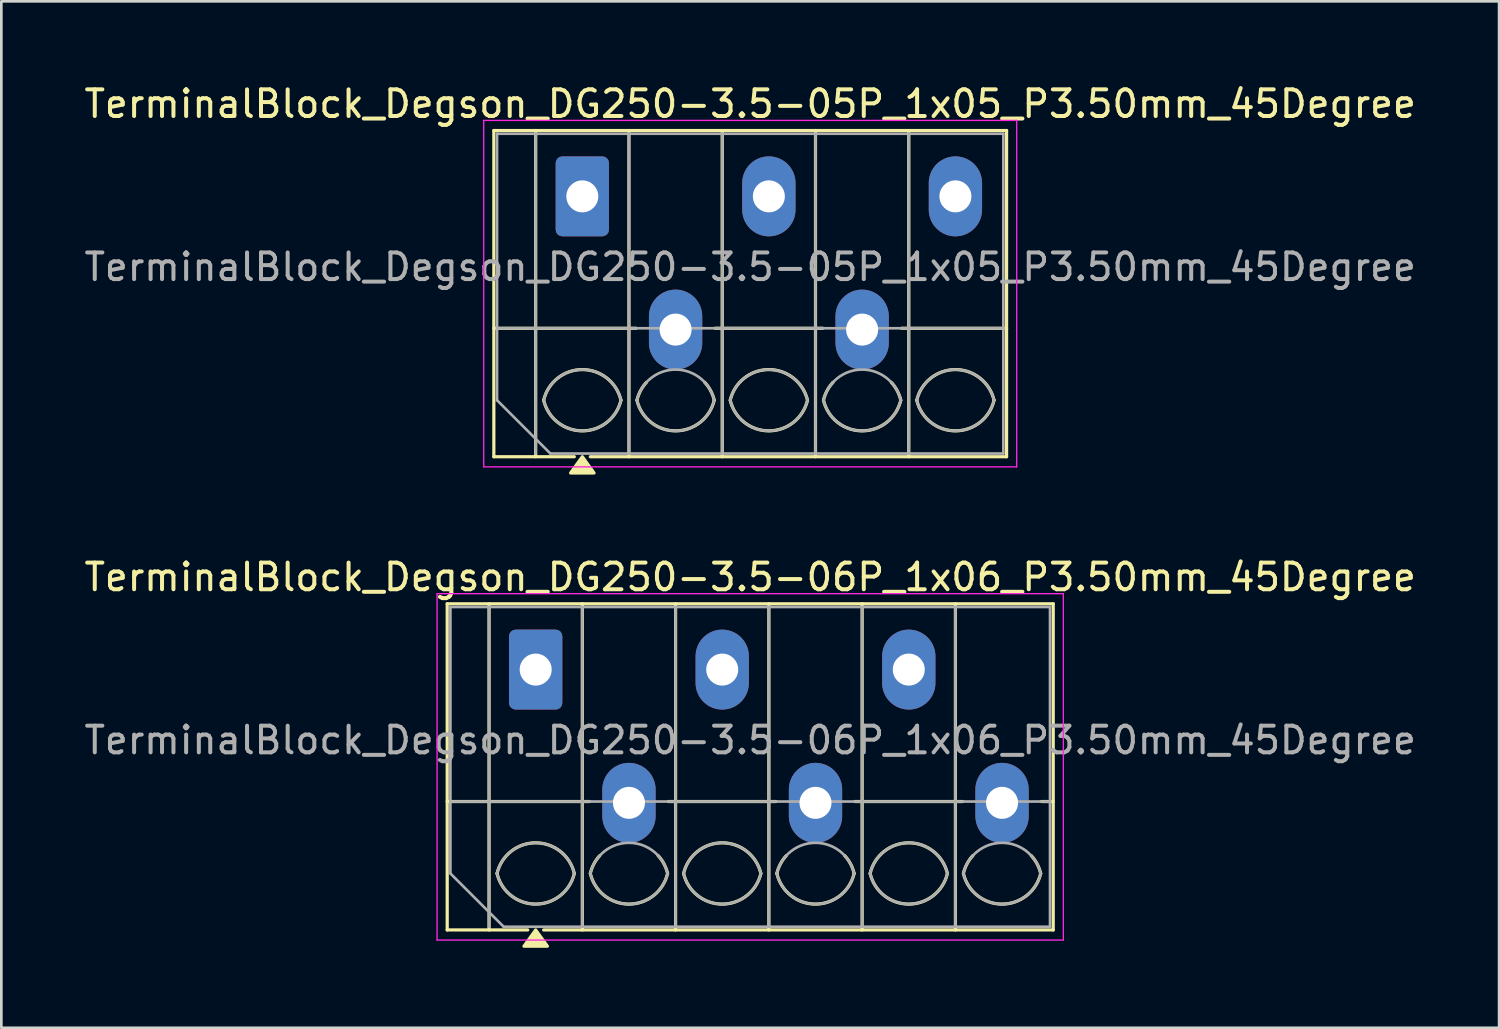
<source format=kicad_pcb>
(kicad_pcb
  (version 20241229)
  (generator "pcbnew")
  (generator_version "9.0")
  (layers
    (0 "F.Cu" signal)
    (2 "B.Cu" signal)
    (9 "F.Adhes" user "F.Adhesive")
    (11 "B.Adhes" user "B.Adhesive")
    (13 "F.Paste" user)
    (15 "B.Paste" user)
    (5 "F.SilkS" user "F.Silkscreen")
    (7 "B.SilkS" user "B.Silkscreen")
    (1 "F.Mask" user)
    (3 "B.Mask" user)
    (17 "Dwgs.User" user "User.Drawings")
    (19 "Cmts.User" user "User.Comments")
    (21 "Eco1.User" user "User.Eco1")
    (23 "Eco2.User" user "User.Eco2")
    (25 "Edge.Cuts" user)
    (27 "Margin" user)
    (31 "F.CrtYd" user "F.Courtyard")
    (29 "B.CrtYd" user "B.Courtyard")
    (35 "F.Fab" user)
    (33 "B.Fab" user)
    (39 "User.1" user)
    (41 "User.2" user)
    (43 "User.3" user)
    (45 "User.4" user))
  (footprint "TerminalBlock_Degson_DG250-3.5-06P_1x06_P3.50mm_45Degree"
    (layer "F.Cu")
    (at 17.051 22.076)
    (property "Reference" "TerminalBlock_Degson_DG250-3.5-06P_1x06_P3.50mm_45Degree" (at 8.05 -3.47 0) (layer "F.SilkS") (effects (font (size 1 1) (thickness 0.15))))
    (attr through_hole)
    (fp_line (start -3.32 -2.47) (end 19.42 -2.47) (stroke (width 0.12) (type solid)) (layer "F.SilkS"))
    (fp_line (start -3.32 4.95) (end 2.02 4.95) (stroke (width 0.12) (type solid)) (layer "F.SilkS"))
    (fp_line (start -3.32 9.77) (end -3.32 -2.47) (stroke (width 0.12) (type solid)) (layer "F.SilkS"))
    (fp_line (start -1.75 -2.47) (end -1.75 9.77) (stroke (width 0.12) (type solid)) (layer "F.SilkS"))
    (fp_line (start -0.3 9.77) (end -3.32 9.77) (stroke (width 0.12) (type solid)) (layer "F.SilkS"))
    (fp_line (start 1.75 -2.47) (end 1.75 9.77) (stroke (width 0.12) (type solid)) (layer "F.SilkS"))
    (fp_line (start 4.98 4.95) (end 9.02 4.95) (stroke (width 0.12) (type solid)) (layer "F.SilkS"))
    (fp_line (start 5.25 -2.47) (end 5.25 9.77) (stroke (width 0.12) (type solid)) (layer "F.SilkS"))
    (fp_line (start 8.75 -2.47) (end 8.75 9.77) (stroke (width 0.12) (type solid)) (layer "F.SilkS"))
    (fp_line (start 11.98 4.95) (end 16.02 4.95) (stroke (width 0.12) (type solid)) (layer "F.SilkS"))
    (fp_line (start 12.25 -2.47) (end 12.25 9.77) (stroke (width 0.12) (type solid)) (layer "F.SilkS"))
    (fp_line (start 15.75 -2.47) (end 15.75 9.77) (stroke (width 0.12) (type solid)) (layer "F.SilkS"))
    (fp_line (start 18.98 4.95) (end 19.42 4.95) (stroke (width 0.12) (type solid)) (layer "F.SilkS"))
    (fp_line (start 19.42 -2.47) (end 19.42 9.77) (stroke (width 0.12) (type solid)) (layer "F.SilkS"))
    (fp_line (start 19.42 9.77) (end 0.3 9.77) (stroke (width 0.12) (type solid)) (layer "F.SilkS"))
    (fp_arc (start -1.45 7.65) (mid 0 6.5) (end 1.45 7.65) (stroke (width 0.12) (type solid)) (layer "F.SilkS"))
    (fp_arc (start 1.45 7.65) (mid 0 8.8) (end -1.45 7.65) (stroke (width 0.12) (type solid)) (layer "F.SilkS"))
    (fp_arc (start 2.05 7.65) (mid 2.18402 7.291962) (end 2.405 6.98) (stroke (width 0.12) (type solid)) (layer "F.SilkS"))
    (fp_arc (start 4.595 6.98) (mid 4.81598 7.291962) (end 4.95 7.65) (stroke (width 0.12) (type solid)) (layer "F.SilkS"))
    (fp_arc (start 4.95 7.65) (mid 3.5 8.8) (end 2.05 7.65) (stroke (width 0.12) (type solid)) (layer "F.SilkS"))
    (fp_arc (start 5.55 7.65) (mid 7 6.5) (end 8.45 7.65) (stroke (width 0.12) (type solid)) (layer "F.SilkS"))
    (fp_arc (start 8.45 7.65) (mid 7 8.8) (end 5.55 7.65) (stroke (width 0.12) (type solid)) (layer "F.SilkS"))
    (fp_arc (start 9.05 7.65) (mid 9.18402 7.291962) (end 9.405 6.98) (stroke (width 0.12) (type solid)) (layer "F.SilkS"))
    (fp_arc (start 11.595 6.98) (mid 11.81598 7.291962) (end 11.95 7.65) (stroke (width 0.12) (type solid)) (layer "F.SilkS"))
    (fp_arc (start 11.95 7.65) (mid 10.5 8.8) (end 9.05 7.65) (stroke (width 0.12) (type solid)) (layer "F.SilkS"))
    (fp_arc (start 12.55 7.65) (mid 14 6.5) (end 15.45 7.65) (stroke (width 0.12) (type solid)) (layer "F.SilkS"))
    (fp_arc (start 15.45 7.65) (mid 14 8.8) (end 12.55 7.65) (stroke (width 0.12) (type solid)) (layer "F.SilkS"))
    (fp_arc (start 16.05 7.65) (mid 16.18402 7.291962) (end 16.405 6.98) (stroke (width 0.12) (type solid)) (layer "F.SilkS"))
    (fp_arc (start 18.595 6.98) (mid 18.81598 7.291962) (end 18.95 7.65) (stroke (width 0.12) (type solid)) (layer "F.SilkS"))
    (fp_arc (start 18.95 7.65) (mid 17.5 8.8) (end 16.05 7.65) (stroke (width 0.12) (type solid)) (layer "F.SilkS"))
    (fp_poly (pts (xy 0 9.77) (xy 0.44 10.38) (xy -0.44 10.38)) (stroke (width 0.12) (type solid)) (fill yes) (layer "F.SilkS"))
    (fp_line (start -3.7 -2.85) (end -3.7 10.15) (stroke (width 0.05) (type solid)) (layer "F.CrtYd"))
    (fp_line (start -3.7 10.15) (end 19.8 10.15) (stroke (width 0.05) (type solid)) (layer "F.CrtYd"))
    (fp_line (start 19.8 -2.85) (end -3.7 -2.85) (stroke (width 0.05) (type solid)) (layer "F.CrtYd"))
    (fp_line (start 19.8 10.15) (end 19.8 -2.85) (stroke (width 0.05) (type solid)) (layer "F.CrtYd"))
    (fp_line (start -3.2 -2.35) (end 19.3 -2.35) (stroke (width 0.1) (type solid)) (layer "F.Fab"))
    (fp_line (start -3.2 4.95) (end 19.3 4.95) (stroke (width 0.1) (type solid)) (layer "F.Fab"))
    (fp_line (start -3.2 7.65) (end -3.2 -2.35) (stroke (width 0.1) (type solid)) (layer "F.Fab"))
    (fp_line (start -1.75 -2.35) (end -1.75 9.65) (stroke (width 0.1) (type solid)) (layer "F.Fab"))
    (fp_line (start -1.2 9.65) (end -3.2 7.65) (stroke (width 0.1) (type solid)) (layer "F.Fab"))
    (fp_line (start 1.75 -2.35) (end 1.75 9.65) (stroke (width 0.1) (type solid)) (layer "F.Fab"))
    (fp_line (start 5.25 -2.35) (end 5.25 9.65) (stroke (width 0.1) (type solid)) (layer "F.Fab"))
    (fp_line (start 8.75 -2.35) (end 8.75 9.65) (stroke (width 0.1) (type solid)) (layer "F.Fab"))
    (fp_line (start 12.25 -2.35) (end 12.25 9.65) (stroke (width 0.1) (type solid)) (layer "F.Fab"))
    (fp_line (start 15.75 -2.35) (end 15.75 9.65) (stroke (width 0.1) (type solid)) (layer "F.Fab"))
    (fp_line (start 19.3 -2.35) (end 19.3 9.65) (stroke (width 0.1) (type solid)) (layer "F.Fab"))
    (fp_line (start 19.3 9.65) (end -1.2 9.65) (stroke (width 0.1) (type solid)) (layer "F.Fab"))
    (fp_arc (start -1.45 7.65) (mid 0 6.5) (end 1.45 7.65) (stroke (width 0.1) (type solid)) (layer "F.Fab"))
    (fp_arc (start 1.45 7.65) (mid 0 8.8) (end -1.45 7.65) (stroke (width 0.1) (type solid)) (layer "F.Fab"))
    (fp_arc (start 2.05 7.65) (mid 3.5 6.5) (end 4.95 7.65) (stroke (width 0.1) (type solid)) (layer "F.Fab"))
    (fp_arc (start 4.95 7.65) (mid 3.5 8.8) (end 2.05 7.65) (stroke (width 0.1) (type solid)) (layer "F.Fab"))
    (fp_arc (start 5.55 7.65) (mid 7 6.5) (end 8.45 7.65) (stroke (width 0.1) (type solid)) (layer "F.Fab"))
    (fp_arc (start 8.45 7.65) (mid 7 8.8) (end 5.55 7.65) (stroke (width 0.1) (type solid)) (layer "F.Fab"))
    (fp_arc (start 9.05 7.65) (mid 10.5 6.5) (end 11.95 7.65) (stroke (width 0.1) (type solid)) (layer "F.Fab"))
    (fp_arc (start 11.95 7.65) (mid 10.5 8.8) (end 9.05 7.65) (stroke (width 0.1) (type solid)) (layer "F.Fab"))
    (fp_arc (start 12.55 7.65) (mid 14 6.5) (end 15.45 7.65) (stroke (width 0.1) (type solid)) (layer "F.Fab"))
    (fp_arc (start 15.45 7.65) (mid 14 8.8) (end 12.55 7.65) (stroke (width 0.1) (type solid)) (layer "F.Fab"))
    (fp_arc (start 16.05 7.65) (mid 17.5 6.5) (end 18.95 7.65) (stroke (width 0.1) (type solid)) (layer "F.Fab"))
    (fp_arc (start 18.95 7.65) (mid 17.5 8.8) (end 16.05 7.65) (stroke (width 0.1) (type solid)) (layer "F.Fab"))
    (fp_text user "${REFERENCE}" (at 8.05 2.65 0) (layer "F.Fab") (effects (font (size 1 1) (thickness 0.15))))
    (pad "1" thru_hole roundrect (at 0 0) (size 2 3) (drill 1.2) (layers "*.Cu" "*.Mask") (roundrect_rratio 0.125))
    (pad "2" thru_hole oval (at 3.5 5) (size 2 3) (drill 1.2) (layers "*.Cu" "*.Mask"))
    (pad "3" thru_hole oval (at 7 0) (size 2 3) (drill 1.2) (layers "*.Cu" "*.Mask"))
    (pad "4" thru_hole oval (at 10.5 5) (size 2 3) (drill 1.2) (layers "*.Cu" "*.Mask"))
    (pad "5" thru_hole oval (at 14 0) (size 2 3) (drill 1.2) (layers "*.Cu" "*.Mask"))
    (pad "6" thru_hole oval (at 17.5 5) (size 2 3) (drill 1.2) (layers "*.Cu" "*.Mask")))
  (footprint "TerminalBlock_Degson_DG250-3.5-05P_1x05_P3.50mm_45Degree"
    (layer "F.Cu")
    (at 18.801 4.318)
    (property "Reference" "TerminalBlock_Degson_DG250-3.5-05P_1x05_P3.50mm_45Degree" (at 6.3 -3.47 0) (layer "F.SilkS") (effects (font (size 1 1) (thickness 0.15))))
    (attr through_hole)
    (fp_line (start -3.32 -2.47) (end 15.92 -2.47) (stroke (width 0.12) (type solid)) (layer "F.SilkS"))
    (fp_line (start -3.32 4.95) (end 2.02 4.95) (stroke (width 0.12) (type solid)) (layer "F.SilkS"))
    (fp_line (start -3.32 9.77) (end -3.32 -2.47) (stroke (width 0.12) (type solid)) (layer "F.SilkS"))
    (fp_line (start -1.75 -2.47) (end -1.75 9.77) (stroke (width 0.12) (type solid)) (layer "F.SilkS"))
    (fp_line (start -0.3 9.77) (end -3.32 9.77) (stroke (width 0.12) (type solid)) (layer "F.SilkS"))
    (fp_line (start 1.75 -2.47) (end 1.75 9.77) (stroke (width 0.12) (type solid)) (layer "F.SilkS"))
    (fp_line (start 4.98 4.95) (end 9.02 4.95) (stroke (width 0.12) (type solid)) (layer "F.SilkS"))
    (fp_line (start 5.25 -2.47) (end 5.25 9.77) (stroke (width 0.12) (type solid)) (layer "F.SilkS"))
    (fp_line (start 8.75 -2.47) (end 8.75 9.77) (stroke (width 0.12) (type solid)) (layer "F.SilkS"))
    (fp_line (start 11.98 4.95) (end 15.92 4.95) (stroke (width 0.12) (type solid)) (layer "F.SilkS"))
    (fp_line (start 12.25 -2.47) (end 12.25 9.77) (stroke (width 0.12) (type solid)) (layer "F.SilkS"))
    (fp_line (start 15.92 -2.47) (end 15.92 9.77) (stroke (width 0.12) (type solid)) (layer "F.SilkS"))
    (fp_line (start 15.92 9.77) (end 0.3 9.77) (stroke (width 0.12) (type solid)) (layer "F.SilkS"))
    (fp_arc (start -1.45 7.65) (mid 0 6.5) (end 1.45 7.65) (stroke (width 0.12) (type solid)) (layer "F.SilkS"))
    (fp_arc (start 1.45 7.65) (mid 0 8.8) (end -1.45 7.65) (stroke (width 0.12) (type solid)) (layer "F.SilkS"))
    (fp_arc (start 2.05 7.65) (mid 2.18402 7.291962) (end 2.405 6.98) (stroke (width 0.12) (type solid)) (layer "F.SilkS"))
    (fp_arc (start 4.595 6.98) (mid 4.81598 7.291962) (end 4.95 7.65) (stroke (width 0.12) (type solid)) (layer "F.SilkS"))
    (fp_arc (start 4.95 7.65) (mid 3.5 8.8) (end 2.05 7.65) (stroke (width 0.12) (type solid)) (layer "F.SilkS"))
    (fp_arc (start 5.55 7.65) (mid 7 6.5) (end 8.45 7.65) (stroke (width 0.12) (type solid)) (layer "F.SilkS"))
    (fp_arc (start 8.45 7.65) (mid 7 8.8) (end 5.55 7.65) (stroke (width 0.12) (type solid)) (layer "F.SilkS"))
    (fp_arc (start 9.05 7.65) (mid 9.18402 7.291962) (end 9.405 6.98) (stroke (width 0.12) (type solid)) (layer "F.SilkS"))
    (fp_arc (start 11.595 6.98) (mid 11.81598 7.291962) (end 11.95 7.65) (stroke (width 0.12) (type solid)) (layer "F.SilkS"))
    (fp_arc (start 11.95 7.65) (mid 10.5 8.8) (end 9.05 7.65) (stroke (width 0.12) (type solid)) (layer "F.SilkS"))
    (fp_arc (start 12.55 7.65) (mid 14 6.5) (end 15.45 7.65) (stroke (width 0.12) (type solid)) (layer "F.SilkS"))
    (fp_arc (start 15.45 7.65) (mid 14 8.8) (end 12.55 7.65) (stroke (width 0.12) (type solid)) (layer "F.SilkS"))
    (fp_poly (pts (xy 0 9.77) (xy 0.44 10.38) (xy -0.44 10.38)) (stroke (width 0.12) (type solid)) (fill yes) (layer "F.SilkS"))
    (fp_line (start -3.7 -2.85) (end -3.7 10.15) (stroke (width 0.05) (type solid)) (layer "F.CrtYd"))
    (fp_line (start -3.7 10.15) (end 16.3 10.15) (stroke (width 0.05) (type solid)) (layer "F.CrtYd"))
    (fp_line (start 16.3 -2.85) (end -3.7 -2.85) (stroke (width 0.05) (type solid)) (layer "F.CrtYd"))
    (fp_line (start 16.3 10.15) (end 16.3 -2.85) (stroke (width 0.05) (type solid)) (layer "F.CrtYd"))
    (fp_line (start -3.2 -2.35) (end 15.8 -2.35) (stroke (width 0.1) (type solid)) (layer "F.Fab"))
    (fp_line (start -3.2 4.95) (end 15.8 4.95) (stroke (width 0.1) (type solid)) (layer "F.Fab"))
    (fp_line (start -3.2 7.65) (end -3.2 -2.35) (stroke (width 0.1) (type solid)) (layer "F.Fab"))
    (fp_line (start -1.75 -2.35) (end -1.75 9.65) (stroke (width 0.1) (type solid)) (layer "F.Fab"))
    (fp_line (start -1.2 9.65) (end -3.2 7.65) (stroke (width 0.1) (type solid)) (layer "F.Fab"))
    (fp_line (start 1.75 -2.35) (end 1.75 9.65) (stroke (width 0.1) (type solid)) (layer "F.Fab"))
    (fp_line (start 5.25 -2.35) (end 5.25 9.65) (stroke (width 0.1) (type solid)) (layer "F.Fab"))
    (fp_line (start 8.75 -2.35) (end 8.75 9.65) (stroke (width 0.1) (type solid)) (layer "F.Fab"))
    (fp_line (start 12.25 -2.35) (end 12.25 9.65) (stroke (width 0.1) (type solid)) (layer "F.Fab"))
    (fp_line (start 15.8 -2.35) (end 15.8 9.65) (stroke (width 0.1) (type solid)) (layer "F.Fab"))
    (fp_line (start 15.8 9.65) (end -1.2 9.65) (stroke (width 0.1) (type solid)) (layer "F.Fab"))
    (fp_arc (start -1.45 7.65) (mid 0 6.5) (end 1.45 7.65) (stroke (width 0.1) (type solid)) (layer "F.Fab"))
    (fp_arc (start 1.45 7.65) (mid 0 8.8) (end -1.45 7.65) (stroke (width 0.1) (type solid)) (layer "F.Fab"))
    (fp_arc (start 2.05 7.65) (mid 3.5 6.5) (end 4.95 7.65) (stroke (width 0.1) (type solid)) (layer "F.Fab"))
    (fp_arc (start 4.95 7.65) (mid 3.5 8.8) (end 2.05 7.65) (stroke (width 0.1) (type solid)) (layer "F.Fab"))
    (fp_arc (start 5.55 7.65) (mid 7 6.5) (end 8.45 7.65) (stroke (width 0.1) (type solid)) (layer "F.Fab"))
    (fp_arc (start 8.45 7.65) (mid 7 8.8) (end 5.55 7.65) (stroke (width 0.1) (type solid)) (layer "F.Fab"))
    (fp_arc (start 9.05 7.65) (mid 10.5 6.5) (end 11.95 7.65) (stroke (width 0.1) (type solid)) (layer "F.Fab"))
    (fp_arc (start 11.95 7.65) (mid 10.5 8.8) (end 9.05 7.65) (stroke (width 0.1) (type solid)) (layer "F.Fab"))
    (fp_arc (start 12.55 7.65) (mid 14 6.5) (end 15.45 7.65) (stroke (width 0.1) (type solid)) (layer "F.Fab"))
    (fp_arc (start 15.45 7.65) (mid 14 8.8) (end 12.55 7.65) (stroke (width 0.1) (type solid)) (layer "F.Fab"))
    (fp_text user "${REFERENCE}" (at 6.3 2.65 0) (layer "F.Fab") (effects (font (size 1 1) (thickness 0.15))))
    (pad "1" thru_hole roundrect (at 0 0) (size 2 3) (drill 1.2) (layers "*.Cu" "*.Mask") (roundrect_rratio 0.125))
    (pad "2" thru_hole oval (at 3.5 5) (size 2 3) (drill 1.2) (layers "*.Cu" "*.Mask"))
    (pad "3" thru_hole oval (at 7 0) (size 2 3) (drill 1.2) (layers "*.Cu" "*.Mask"))
    (pad "4" thru_hole oval (at 10.5 5) (size 2 3) (drill 1.2) (layers "*.Cu" "*.Mask"))
    (pad "5" thru_hole oval (at 14 0) (size 2 3) (drill 1.2) (layers "*.Cu" "*.Mask")))
  (gr_rect
    (start -3 -3)
    (end 53.202 35.517)
    (stroke (width 0.1) (type default))
    (fill no)
    (layer "Edge.Cuts")))
</source>
